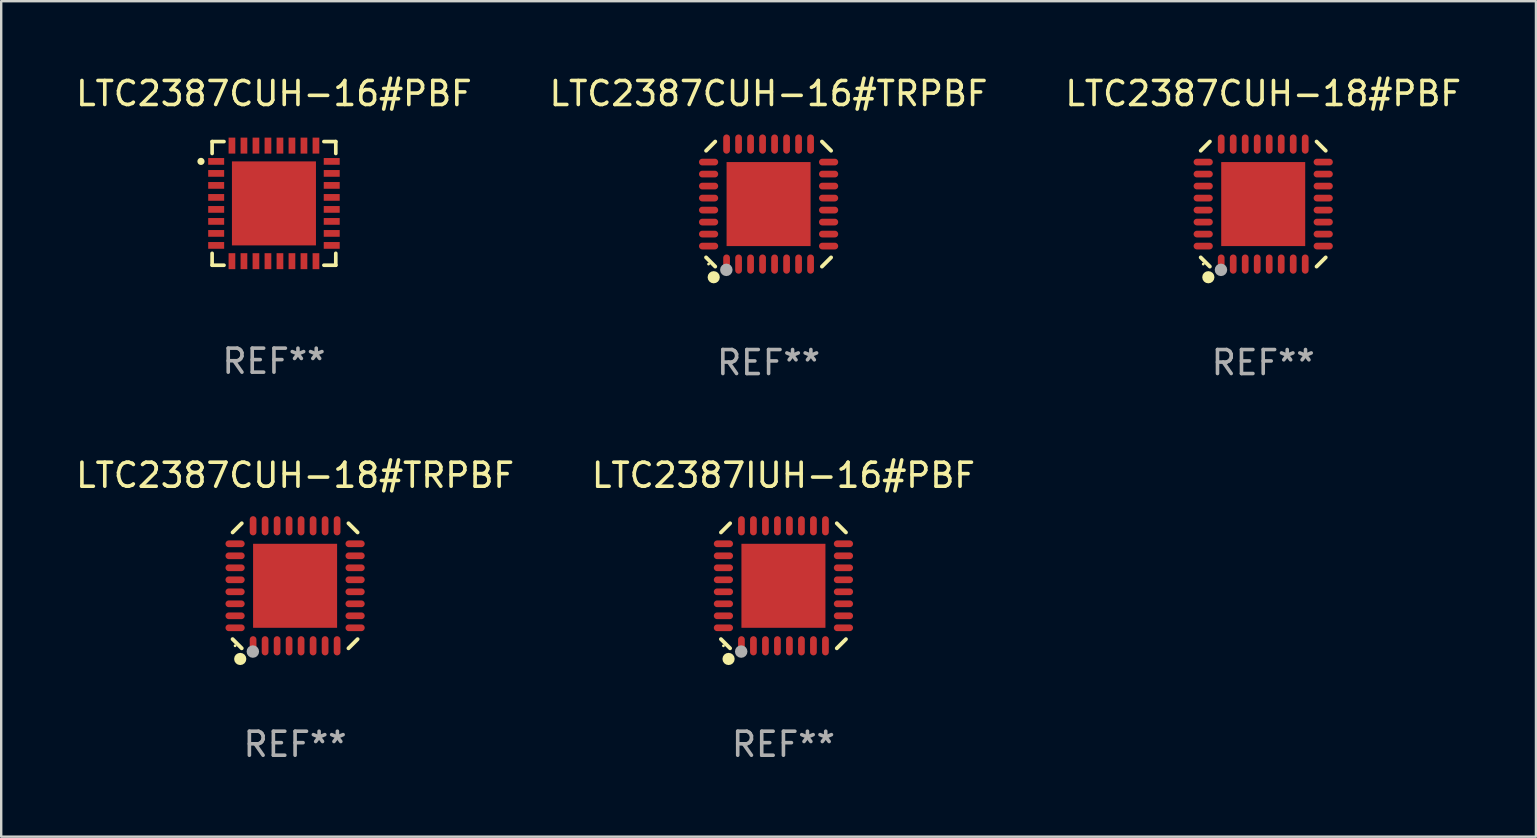
<source format=kicad_pcb>
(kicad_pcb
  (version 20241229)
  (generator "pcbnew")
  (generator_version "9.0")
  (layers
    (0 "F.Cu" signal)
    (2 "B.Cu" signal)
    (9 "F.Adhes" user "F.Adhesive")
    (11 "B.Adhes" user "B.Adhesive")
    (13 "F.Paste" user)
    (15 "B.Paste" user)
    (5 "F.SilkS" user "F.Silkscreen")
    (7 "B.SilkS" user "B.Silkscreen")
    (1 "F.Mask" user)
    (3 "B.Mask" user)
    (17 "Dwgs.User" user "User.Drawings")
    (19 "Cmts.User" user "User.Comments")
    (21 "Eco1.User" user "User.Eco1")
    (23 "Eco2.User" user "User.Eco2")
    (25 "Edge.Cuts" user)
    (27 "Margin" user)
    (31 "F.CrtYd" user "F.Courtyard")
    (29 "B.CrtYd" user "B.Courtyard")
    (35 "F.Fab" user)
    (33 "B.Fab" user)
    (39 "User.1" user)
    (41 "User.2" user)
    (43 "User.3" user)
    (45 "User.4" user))
  (footprint "LTC2387IUH-16#PBF"
    (layer "F.Cu")
    (at 29.589 21.355)
    (property "Reference" "LTC2387IUH-16#PBF" (at 0 -4.604 0) (layer "F.SilkS") (effects (font (size 1 1) (thickness 0.15))))
    (attr through_hole)
    (fp_line (start -2.223 2.603) (end -2.604 2.222) (stroke (width 0.16) (type solid)) (layer "F.SilkS"))
    (fp_line (start -2.222 -2.604) (end -2.603 -2.223) (stroke (width 0.16) (type solid)) (layer "F.SilkS"))
    (fp_line (start 2.223 -2.604) (end 2.604 -2.223) (stroke (width 0.16) (type solid)) (layer "F.SilkS"))
    (fp_line (start 2.604 2.223) (end 2.223 2.604) (stroke (width 0.16) (type solid)) (layer "F.SilkS"))
    (fp_circle (center -2.5 2.5) (end -2.47 2.5) (stroke (width 0.06) (type solid)) (fill no) (layer "F.SilkS"))
    (fp_circle (center -2.286 3.048) (end -2.159 3.048) (stroke (width 0.254) (type solid)) (fill no) (layer "F.SilkS"))
    (fp_circle (center -1.76 2.74) (end -1.63 2.74) (stroke (width 0.26) (type solid)) (fill no) (layer "F.Fab"))
    (fp_text user "REF**" (at 0 6.604 0) (layer "F.Fab") (effects (font (size 1 1) (thickness 0.15))))
    (pad "1" smd oval (at -1.75 2.5) (size 0.28 0.8) (layers "F.Cu" "F.Mask" "F.Paste"))
    (pad "2" smd oval (at -1.25 2.5) (size 0.28 0.8) (layers "F.Cu" "F.Mask" "F.Paste"))
    (pad "3" smd oval (at -0.75 2.5) (size 0.28 0.8) (layers "F.Cu" "F.Mask" "F.Paste"))
    (pad "4" smd oval (at -0.25 2.5) (size 0.28 0.8) (layers "F.Cu" "F.Mask" "F.Paste"))
    (pad "5" smd oval (at 0.25 2.5) (size 0.28 0.8) (layers "F.Cu" "F.Mask" "F.Paste"))
    (pad "6" smd oval (at 0.75 2.5) (size 0.28 0.8) (layers "F.Cu" "F.Mask" "F.Paste"))
    (pad "7" smd oval (at 1.25 2.5) (size 0.28 0.8) (layers "F.Cu" "F.Mask" "F.Paste"))
    (pad "8" smd oval (at 1.75 2.5) (size 0.28 0.8) (layers "F.Cu" "F.Mask" "F.Paste"))
    (pad "9" smd oval (at 2.5 1.75) (size 0.8 0.28) (layers "F.Cu" "F.Mask" "F.Paste"))
    (pad "10" smd oval (at 2.5 1.25) (size 0.8 0.28) (layers "F.Cu" "F.Mask" "F.Paste"))
    (pad "11" smd oval (at 2.5 0.75) (size 0.8 0.28) (layers "F.Cu" "F.Mask" "F.Paste"))
    (pad "12" smd oval (at 2.5 0.25) (size 0.8 0.28) (layers "F.Cu" "F.Mask" "F.Paste"))
    (pad "13" smd oval (at 2.5 -0.25) (size 0.8 0.28) (layers "F.Cu" "F.Mask" "F.Paste"))
    (pad "14" smd oval (at 2.5 -0.75) (size 0.8 0.28) (layers "F.Cu" "F.Mask" "F.Paste"))
    (pad "15" smd oval (at 2.5 -1.25) (size 0.8 0.28) (layers "F.Cu" "F.Mask" "F.Paste"))
    (pad "16" smd oval (at 2.5 -1.75) (size 0.8 0.28) (layers "F.Cu" "F.Mask" "F.Paste"))
    (pad "17" smd oval (at 1.75 -2.5) (size 0.28 0.8) (layers "F.Cu" "F.Mask" "F.Paste"))
    (pad "18" smd oval (at 1.25 -2.5) (size 0.28 0.8) (layers "F.Cu" "F.Mask" "F.Paste"))
    (pad "19" smd oval (at 0.75 -2.5) (size 0.28 0.8) (layers "F.Cu" "F.Mask" "F.Paste"))
    (pad "20" smd oval (at 0.25 -2.5) (size 0.28 0.8) (layers "F.Cu" "F.Mask" "F.Paste"))
    (pad "21" smd oval (at -0.25 -2.5) (size 0.28 0.8) (layers "F.Cu" "F.Mask" "F.Paste"))
    (pad "22" smd oval (at -0.75 -2.5) (size 0.28 0.8) (layers "F.Cu" "F.Mask" "F.Paste"))
    (pad "23" smd oval (at -1.25 -2.5) (size 0.28 0.8) (layers "F.Cu" "F.Mask" "F.Paste"))
    (pad "24" smd oval (at -1.75 -2.5) (size 0.28 0.8) (layers "F.Cu" "F.Mask" "F.Paste"))
    (pad "25" smd oval (at -2.5 -1.75) (size 0.8 0.28) (layers "F.Cu" "F.Mask" "F.Paste"))
    (pad "26" smd oval (at -2.5 -1.25) (size 0.8 0.28) (layers "F.Cu" "F.Mask" "F.Paste"))
    (pad "27" smd oval (at -2.5 -0.75) (size 0.8 0.28) (layers "F.Cu" "F.Mask" "F.Paste"))
    (pad "28" smd oval (at -2.5 -0.25) (size 0.8 0.28) (layers "F.Cu" "F.Mask" "F.Paste"))
    (pad "29" smd oval (at -2.5 0.25) (size 0.8 0.28) (layers "F.Cu" "F.Mask" "F.Paste"))
    (pad "30" smd oval (at -2.5 0.75) (size 0.8 0.28) (layers "F.Cu" "F.Mask" "F.Paste"))
    (pad "31" smd oval (at -2.5 1.25) (size 0.8 0.28) (layers "F.Cu" "F.Mask" "F.Paste"))
    (pad "32" smd oval (at -2.5 1.75) (size 0.8 0.28) (layers "F.Cu" "F.Mask" "F.Paste"))
    (pad "33" smd rect (at 0.000038 -0.000025) (size 3.5 3.5) (layers "F.Cu" "F.Mask" "F.Paste")))
  (footprint "LTC2387CUH-18#PBF"
    (layer "F.Cu")
    (at 49.577 5.452)
    (property "Reference" "LTC2387CUH-18#PBF" (at 0 -4.604 0) (layer "F.SilkS") (effects (font (size 1 1) (thickness 0.15))))
    (attr through_hole)
    (fp_line (start -2.223 2.603) (end -2.604 2.222) (stroke (width 0.16) (type solid)) (layer "F.SilkS"))
    (fp_line (start -2.222 -2.604) (end -2.603 -2.223) (stroke (width 0.16) (type solid)) (layer "F.SilkS"))
    (fp_line (start 2.223 -2.604) (end 2.604 -2.223) (stroke (width 0.16) (type solid)) (layer "F.SilkS"))
    (fp_line (start 2.604 2.223) (end 2.223 2.604) (stroke (width 0.16) (type solid)) (layer "F.SilkS"))
    (fp_circle (center -2.5 2.5) (end -2.47 2.5) (stroke (width 0.06) (type solid)) (fill no) (layer "F.SilkS"))
    (fp_circle (center -2.286 3.048) (end -2.159 3.048) (stroke (width 0.254) (type solid)) (fill no) (layer "F.SilkS"))
    (fp_circle (center -1.76 2.74) (end -1.63 2.74) (stroke (width 0.26) (type solid)) (fill no) (layer "F.Fab"))
    (fp_text user "REF**" (at 0 6.604 0) (layer "F.Fab") (effects (font (size 1 1) (thickness 0.15))))
    (pad "1" smd oval (at -1.75 2.5) (size 0.28 0.8) (layers "F.Cu" "F.Mask" "F.Paste"))
    (pad "2" smd oval (at -1.25 2.5) (size 0.28 0.8) (layers "F.Cu" "F.Mask" "F.Paste"))
    (pad "3" smd oval (at -0.75 2.5) (size 0.28 0.8) (layers "F.Cu" "F.Mask" "F.Paste"))
    (pad "4" smd oval (at -0.25 2.5) (size 0.28 0.8) (layers "F.Cu" "F.Mask" "F.Paste"))
    (pad "5" smd oval (at 0.25 2.5) (size 0.28 0.8) (layers "F.Cu" "F.Mask" "F.Paste"))
    (pad "6" smd oval (at 0.75 2.5) (size 0.28 0.8) (layers "F.Cu" "F.Mask" "F.Paste"))
    (pad "7" smd oval (at 1.25 2.5) (size 0.28 0.8) (layers "F.Cu" "F.Mask" "F.Paste"))
    (pad "8" smd oval (at 1.75 2.5) (size 0.28 0.8) (layers "F.Cu" "F.Mask" "F.Paste"))
    (pad "9" smd oval (at 2.5 1.75) (size 0.8 0.28) (layers "F.Cu" "F.Mask" "F.Paste"))
    (pad "10" smd oval (at 2.5 1.25) (size 0.8 0.28) (layers "F.Cu" "F.Mask" "F.Paste"))
    (pad "11" smd oval (at 2.5 0.75) (size 0.8 0.28) (layers "F.Cu" "F.Mask" "F.Paste"))
    (pad "12" smd oval (at 2.5 0.25) (size 0.8 0.28) (layers "F.Cu" "F.Mask" "F.Paste"))
    (pad "13" smd oval (at 2.5 -0.25) (size 0.8 0.28) (layers "F.Cu" "F.Mask" "F.Paste"))
    (pad "14" smd oval (at 2.5 -0.75) (size 0.8 0.28) (layers "F.Cu" "F.Mask" "F.Paste"))
    (pad "15" smd oval (at 2.5 -1.25) (size 0.8 0.28) (layers "F.Cu" "F.Mask" "F.Paste"))
    (pad "16" smd oval (at 2.5 -1.75) (size 0.8 0.28) (layers "F.Cu" "F.Mask" "F.Paste"))
    (pad "17" smd oval (at 1.75 -2.5) (size 0.28 0.8) (layers "F.Cu" "F.Mask" "F.Paste"))
    (pad "18" smd oval (at 1.25 -2.5) (size 0.28 0.8) (layers "F.Cu" "F.Mask" "F.Paste"))
    (pad "19" smd oval (at 0.75 -2.5) (size 0.28 0.8) (layers "F.Cu" "F.Mask" "F.Paste"))
    (pad "20" smd oval (at 0.25 -2.5) (size 0.28 0.8) (layers "F.Cu" "F.Mask" "F.Paste"))
    (pad "21" smd oval (at -0.25 -2.5) (size 0.28 0.8) (layers "F.Cu" "F.Mask" "F.Paste"))
    (pad "22" smd oval (at -0.75 -2.5) (size 0.28 0.8) (layers "F.Cu" "F.Mask" "F.Paste"))
    (pad "23" smd oval (at -1.25 -2.5) (size 0.28 0.8) (layers "F.Cu" "F.Mask" "F.Paste"))
    (pad "24" smd oval (at -1.75 -2.5) (size 0.28 0.8) (layers "F.Cu" "F.Mask" "F.Paste"))
    (pad "25" smd oval (at -2.5 -1.75) (size 0.8 0.28) (layers "F.Cu" "F.Mask" "F.Paste"))
    (pad "26" smd oval (at -2.5 -1.25) (size 0.8 0.28) (layers "F.Cu" "F.Mask" "F.Paste"))
    (pad "27" smd oval (at -2.5 -0.75) (size 0.8 0.28) (layers "F.Cu" "F.Mask" "F.Paste"))
    (pad "28" smd oval (at -2.5 -0.25) (size 0.8 0.28) (layers "F.Cu" "F.Mask" "F.Paste"))
    (pad "29" smd oval (at -2.5 0.25) (size 0.8 0.28) (layers "F.Cu" "F.Mask" "F.Paste"))
    (pad "30" smd oval (at -2.5 0.75) (size 0.8 0.28) (layers "F.Cu" "F.Mask" "F.Paste"))
    (pad "31" smd oval (at -2.5 1.25) (size 0.8 0.28) (layers "F.Cu" "F.Mask" "F.Paste"))
    (pad "32" smd oval (at -2.5 1.75) (size 0.8 0.28) (layers "F.Cu" "F.Mask" "F.Paste"))
    (pad "33" smd rect (at 0.000038 -0.000025) (size 3.5 3.5) (layers "F.Cu" "F.Mask" "F.Paste")))
  (footprint "LTC2387CUH-18#TRPBF"
    (layer "F.Cu")
    (at 9.244 21.355)
    (property "Reference" "LTC2387CUH-18#TRPBF" (at 0 -4.604 0) (layer "F.SilkS") (effects (font (size 1 1) (thickness 0.15))))
    (attr through_hole)
    (fp_line (start -2.223 2.603) (end -2.604 2.222) (stroke (width 0.16) (type solid)) (layer "F.SilkS"))
    (fp_line (start -2.222 -2.604) (end -2.603 -2.223) (stroke (width 0.16) (type solid)) (layer "F.SilkS"))
    (fp_line (start 2.223 -2.604) (end 2.604 -2.223) (stroke (width 0.16) (type solid)) (layer "F.SilkS"))
    (fp_line (start 2.604 2.223) (end 2.223 2.604) (stroke (width 0.16) (type solid)) (layer "F.SilkS"))
    (fp_circle (center -2.5 2.5) (end -2.47 2.5) (stroke (width 0.06) (type solid)) (fill no) (layer "F.SilkS"))
    (fp_circle (center -2.286 3.048) (end -2.159 3.048) (stroke (width 0.254) (type solid)) (fill no) (layer "F.SilkS"))
    (fp_circle (center -1.76 2.74) (end -1.63 2.74) (stroke (width 0.26) (type solid)) (fill no) (layer "F.Fab"))
    (fp_text user "REF**" (at 0 6.604 0) (layer "F.Fab") (effects (font (size 1 1) (thickness 0.15))))
    (pad "1" smd oval (at -1.75 2.5) (size 0.28 0.8) (layers "F.Cu" "F.Mask" "F.Paste"))
    (pad "2" smd oval (at -1.25 2.5) (size 0.28 0.8) (layers "F.Cu" "F.Mask" "F.Paste"))
    (pad "3" smd oval (at -0.75 2.5) (size 0.28 0.8) (layers "F.Cu" "F.Mask" "F.Paste"))
    (pad "4" smd oval (at -0.25 2.5) (size 0.28 0.8) (layers "F.Cu" "F.Mask" "F.Paste"))
    (pad "5" smd oval (at 0.25 2.5) (size 0.28 0.8) (layers "F.Cu" "F.Mask" "F.Paste"))
    (pad "6" smd oval (at 0.75 2.5) (size 0.28 0.8) (layers "F.Cu" "F.Mask" "F.Paste"))
    (pad "7" smd oval (at 1.25 2.5) (size 0.28 0.8) (layers "F.Cu" "F.Mask" "F.Paste"))
    (pad "8" smd oval (at 1.75 2.5) (size 0.28 0.8) (layers "F.Cu" "F.Mask" "F.Paste"))
    (pad "9" smd oval (at 2.5 1.75) (size 0.8 0.28) (layers "F.Cu" "F.Mask" "F.Paste"))
    (pad "10" smd oval (at 2.5 1.25) (size 0.8 0.28) (layers "F.Cu" "F.Mask" "F.Paste"))
    (pad "11" smd oval (at 2.5 0.75) (size 0.8 0.28) (layers "F.Cu" "F.Mask" "F.Paste"))
    (pad "12" smd oval (at 2.5 0.25) (size 0.8 0.28) (layers "F.Cu" "F.Mask" "F.Paste"))
    (pad "13" smd oval (at 2.5 -0.25) (size 0.8 0.28) (layers "F.Cu" "F.Mask" "F.Paste"))
    (pad "14" smd oval (at 2.5 -0.75) (size 0.8 0.28) (layers "F.Cu" "F.Mask" "F.Paste"))
    (pad "15" smd oval (at 2.5 -1.25) (size 0.8 0.28) (layers "F.Cu" "F.Mask" "F.Paste"))
    (pad "16" smd oval (at 2.5 -1.75) (size 0.8 0.28) (layers "F.Cu" "F.Mask" "F.Paste"))
    (pad "17" smd oval (at 1.75 -2.5) (size 0.28 0.8) (layers "F.Cu" "F.Mask" "F.Paste"))
    (pad "18" smd oval (at 1.25 -2.5) (size 0.28 0.8) (layers "F.Cu" "F.Mask" "F.Paste"))
    (pad "19" smd oval (at 0.75 -2.5) (size 0.28 0.8) (layers "F.Cu" "F.Mask" "F.Paste"))
    (pad "20" smd oval (at 0.25 -2.5) (size 0.28 0.8) (layers "F.Cu" "F.Mask" "F.Paste"))
    (pad "21" smd oval (at -0.25 -2.5) (size 0.28 0.8) (layers "F.Cu" "F.Mask" "F.Paste"))
    (pad "22" smd oval (at -0.75 -2.5) (size 0.28 0.8) (layers "F.Cu" "F.Mask" "F.Paste"))
    (pad "23" smd oval (at -1.25 -2.5) (size 0.28 0.8) (layers "F.Cu" "F.Mask" "F.Paste"))
    (pad "24" smd oval (at -1.75 -2.5) (size 0.28 0.8) (layers "F.Cu" "F.Mask" "F.Paste"))
    (pad "25" smd oval (at -2.5 -1.75) (size 0.8 0.28) (layers "F.Cu" "F.Mask" "F.Paste"))
    (pad "26" smd oval (at -2.5 -1.25) (size 0.8 0.28) (layers "F.Cu" "F.Mask" "F.Paste"))
    (pad "27" smd oval (at -2.5 -0.75) (size 0.8 0.28) (layers "F.Cu" "F.Mask" "F.Paste"))
    (pad "28" smd oval (at -2.5 -0.25) (size 0.8 0.28) (layers "F.Cu" "F.Mask" "F.Paste"))
    (pad "29" smd oval (at -2.5 0.25) (size 0.8 0.28) (layers "F.Cu" "F.Mask" "F.Paste"))
    (pad "30" smd oval (at -2.5 0.75) (size 0.8 0.28) (layers "F.Cu" "F.Mask" "F.Paste"))
    (pad "31" smd oval (at -2.5 1.25) (size 0.8 0.28) (layers "F.Cu" "F.Mask" "F.Paste"))
    (pad "32" smd oval (at -2.5 1.75) (size 0.8 0.28) (layers "F.Cu" "F.Mask" "F.Paste"))
    (pad "33" smd rect (at 0.000038 -0.000025) (size 3.5 3.5) (layers "F.Cu" "F.Mask" "F.Paste")))
  (footprint "LTC2387CUH-16#TRPBF"
    (layer "F.Cu")
    (at 28.97 5.452)
    (property "Reference" "LTC2387CUH-16#TRPBF" (at 0 -4.604 0) (layer "F.SilkS") (effects (font (size 1 1) (thickness 0.15))))
    (attr through_hole)
    (fp_line (start -2.223 2.603) (end -2.604 2.222) (stroke (width 0.16) (type solid)) (layer "F.SilkS"))
    (fp_line (start -2.222 -2.604) (end -2.603 -2.223) (stroke (width 0.16) (type solid)) (layer "F.SilkS"))
    (fp_line (start 2.223 -2.604) (end 2.604 -2.223) (stroke (width 0.16) (type solid)) (layer "F.SilkS"))
    (fp_line (start 2.604 2.223) (end 2.223 2.604) (stroke (width 0.16) (type solid)) (layer "F.SilkS"))
    (fp_circle (center -2.5 2.5) (end -2.47 2.5) (stroke (width 0.06) (type solid)) (fill no) (layer "F.SilkS"))
    (fp_circle (center -2.286 3.048) (end -2.159 3.048) (stroke (width 0.254) (type solid)) (fill no) (layer "F.SilkS"))
    (fp_circle (center -1.76 2.74) (end -1.63 2.74) (stroke (width 0.26) (type solid)) (fill no) (layer "F.Fab"))
    (fp_text user "REF**" (at 0 6.604 0) (layer "F.Fab") (effects (font (size 1 1) (thickness 0.15))))
    (pad "1" smd oval (at -1.75 2.5) (size 0.28 0.8) (layers "F.Cu" "F.Mask" "F.Paste"))
    (pad "2" smd oval (at -1.25 2.5) (size 0.28 0.8) (layers "F.Cu" "F.Mask" "F.Paste"))
    (pad "3" smd oval (at -0.75 2.5) (size 0.28 0.8) (layers "F.Cu" "F.Mask" "F.Paste"))
    (pad "4" smd oval (at -0.25 2.5) (size 0.28 0.8) (layers "F.Cu" "F.Mask" "F.Paste"))
    (pad "5" smd oval (at 0.25 2.5) (size 0.28 0.8) (layers "F.Cu" "F.Mask" "F.Paste"))
    (pad "6" smd oval (at 0.75 2.5) (size 0.28 0.8) (layers "F.Cu" "F.Mask" "F.Paste"))
    (pad "7" smd oval (at 1.25 2.5) (size 0.28 0.8) (layers "F.Cu" "F.Mask" "F.Paste"))
    (pad "8" smd oval (at 1.75 2.5) (size 0.28 0.8) (layers "F.Cu" "F.Mask" "F.Paste"))
    (pad "9" smd oval (at 2.5 1.75) (size 0.8 0.28) (layers "F.Cu" "F.Mask" "F.Paste"))
    (pad "10" smd oval (at 2.5 1.25) (size 0.8 0.28) (layers "F.Cu" "F.Mask" "F.Paste"))
    (pad "11" smd oval (at 2.5 0.75) (size 0.8 0.28) (layers "F.Cu" "F.Mask" "F.Paste"))
    (pad "12" smd oval (at 2.5 0.25) (size 0.8 0.28) (layers "F.Cu" "F.Mask" "F.Paste"))
    (pad "13" smd oval (at 2.5 -0.25) (size 0.8 0.28) (layers "F.Cu" "F.Mask" "F.Paste"))
    (pad "14" smd oval (at 2.5 -0.75) (size 0.8 0.28) (layers "F.Cu" "F.Mask" "F.Paste"))
    (pad "15" smd oval (at 2.5 -1.25) (size 0.8 0.28) (layers "F.Cu" "F.Mask" "F.Paste"))
    (pad "16" smd oval (at 2.5 -1.75) (size 0.8 0.28) (layers "F.Cu" "F.Mask" "F.Paste"))
    (pad "17" smd oval (at 1.75 -2.5) (size 0.28 0.8) (layers "F.Cu" "F.Mask" "F.Paste"))
    (pad "18" smd oval (at 1.25 -2.5) (size 0.28 0.8) (layers "F.Cu" "F.Mask" "F.Paste"))
    (pad "19" smd oval (at 0.75 -2.5) (size 0.28 0.8) (layers "F.Cu" "F.Mask" "F.Paste"))
    (pad "20" smd oval (at 0.25 -2.5) (size 0.28 0.8) (layers "F.Cu" "F.Mask" "F.Paste"))
    (pad "21" smd oval (at -0.25 -2.5) (size 0.28 0.8) (layers "F.Cu" "F.Mask" "F.Paste"))
    (pad "22" smd oval (at -0.75 -2.5) (size 0.28 0.8) (layers "F.Cu" "F.Mask" "F.Paste"))
    (pad "23" smd oval (at -1.25 -2.5) (size 0.28 0.8) (layers "F.Cu" "F.Mask" "F.Paste"))
    (pad "24" smd oval (at -1.75 -2.5) (size 0.28 0.8) (layers "F.Cu" "F.Mask" "F.Paste"))
    (pad "25" smd oval (at -2.5 -1.75) (size 0.8 0.28) (layers "F.Cu" "F.Mask" "F.Paste"))
    (pad "26" smd oval (at -2.5 -1.25) (size 0.8 0.28) (layers "F.Cu" "F.Mask" "F.Paste"))
    (pad "27" smd oval (at -2.5 -0.75) (size 0.8 0.28) (layers "F.Cu" "F.Mask" "F.Paste"))
    (pad "28" smd oval (at -2.5 -0.25) (size 0.8 0.28) (layers "F.Cu" "F.Mask" "F.Paste"))
    (pad "29" smd oval (at -2.5 0.25) (size 0.8 0.28) (layers "F.Cu" "F.Mask" "F.Paste"))
    (pad "30" smd oval (at -2.5 0.75) (size 0.8 0.28) (layers "F.Cu" "F.Mask" "F.Paste"))
    (pad "31" smd oval (at -2.5 1.25) (size 0.8 0.28) (layers "F.Cu" "F.Mask" "F.Paste"))
    (pad "32" smd oval (at -2.5 1.75) (size 0.8 0.28) (layers "F.Cu" "F.Mask" "F.Paste"))
    (pad "33" smd rect (at 0.000038 -0.000025) (size 3.5 3.5) (layers "F.Cu" "F.Mask" "F.Paste")))
  (footprint "LTC2387CUH-16#PBF"
    (layer "F.Cu")
    (at 8.363 5.424)
    (property "Reference" "LTC2387CUH-16#PBF" (at 0 -4.576 0) (layer "F.SilkS") (effects (font (size 1 1) (thickness 0.15))))
    (attr through_hole)
    (fp_line (start -2.576 -2.576) (end -2.576 -2.08) (stroke (width 0.152) (type solid)) (layer "F.SilkS"))
    (fp_line (start -2.576 2.576) (end -2.576 2.08) (stroke (width 0.152) (type solid)) (layer "F.SilkS"))
    (fp_line (start -2.08 -2.576) (end -2.576 -2.576) (stroke (width 0.152) (type solid)) (layer "F.SilkS"))
    (fp_line (start -2.08 2.576) (end -2.576 2.576) (stroke (width 0.152) (type solid)) (layer "F.SilkS"))
    (fp_line (start 2.08 -2.576) (end 2.576 -2.576) (stroke (width 0.152) (type solid)) (layer "F.SilkS"))
    (fp_line (start 2.08 2.576) (end 2.576 2.576) (stroke (width 0.152) (type solid)) (layer "F.SilkS"))
    (fp_line (start 2.576 -2.576) (end 2.576 -2.08) (stroke (width 0.152) (type solid)) (layer "F.SilkS"))
    (fp_line (start 2.576 2.576) (end 2.576 2.08) (stroke (width 0.152) (type solid)) (layer "F.SilkS"))
    (fp_circle (center -3.04 -1.75) (end -2.965 -1.75) (stroke (width 0.15) (type solid)) (fill no) (layer "F.SilkS"))
    (fp_text user "REF**" (at 0 6.576 0) (layer "F.Fab") (effects (font (size 1 1) (thickness 0.15))))
    (pad "1" smd rect (at -2.407 -1.75) (size 0.665 0.28) (layers "F.Cu" "F.Mask" "F.Paste"))
    (pad "2" smd rect (at -2.407 -1.25) (size 0.665 0.28) (layers "F.Cu" "F.Mask" "F.Paste"))
    (pad "3" smd rect (at -2.407 -0.75) (size 0.665 0.28) (layers "F.Cu" "F.Mask" "F.Paste"))
    (pad "4" smd rect (at -2.407 -0.25) (size 0.665 0.28) (layers "F.Cu" "F.Mask" "F.Paste"))
    (pad "5" smd rect (at -2.407 0.25) (size 0.665 0.28) (layers "F.Cu" "F.Mask" "F.Paste"))
    (pad "6" smd rect (at -2.407 0.75) (size 0.665 0.28) (layers "F.Cu" "F.Mask" "F.Paste"))
    (pad "7" smd rect (at -2.407 1.25) (size 0.665 0.28) (layers "F.Cu" "F.Mask" "F.Paste"))
    (pad "8" smd rect (at -2.407 1.75) (size 0.665 0.28) (layers "F.Cu" "F.Mask" "F.Paste"))
    (pad "9" smd rect (at -1.75 2.407) (size 0.28 0.665) (layers "F.Cu" "F.Mask" "F.Paste"))
    (pad "10" smd rect (at -1.25 2.407) (size 0.28 0.665) (layers "F.Cu" "F.Mask" "F.Paste"))
    (pad "11" smd rect (at -0.75 2.407) (size 0.28 0.665) (layers "F.Cu" "F.Mask" "F.Paste"))
    (pad "12" smd rect (at -0.25 2.407) (size 0.28 0.665) (layers "F.Cu" "F.Mask" "F.Paste"))
    (pad "13" smd rect (at 0.25 2.407) (size 0.28 0.665) (layers "F.Cu" "F.Mask" "F.Paste"))
    (pad "14" smd rect (at 0.75 2.407) (size 0.28 0.665) (layers "F.Cu" "F.Mask" "F.Paste"))
    (pad "15" smd rect (at 1.25 2.407) (size 0.28 0.665) (layers "F.Cu" "F.Mask" "F.Paste"))
    (pad "16" smd rect (at 1.75 2.407) (size 0.28 0.665) (layers "F.Cu" "F.Mask" "F.Paste"))
    (pad "17" smd rect (at 2.407 1.75) (size 0.665 0.28) (layers "F.Cu" "F.Mask" "F.Paste"))
    (pad "18" smd rect (at 2.407 1.25) (size 0.665 0.28) (layers "F.Cu" "F.Mask" "F.Paste"))
    (pad "19" smd rect (at 2.407 0.75) (size 0.665 0.28) (layers "F.Cu" "F.Mask" "F.Paste"))
    (pad "20" smd rect (at 2.407 0.25) (size 0.665 0.28) (layers "F.Cu" "F.Mask" "F.Paste"))
    (pad "21" smd rect (at 2.407 -0.25) (size 0.665 0.28) (layers "F.Cu" "F.Mask" "F.Paste"))
    (pad "22" smd rect (at 2.407 -0.75) (size 0.665 0.28) (layers "F.Cu" "F.Mask" "F.Paste"))
    (pad "23" smd rect (at 2.407 -1.25) (size 0.665 0.28) (layers "F.Cu" "F.Mask" "F.Paste"))
    (pad "24" smd rect (at 2.407 -1.75) (size 0.665 0.28) (layers "F.Cu" "F.Mask" "F.Paste"))
    (pad "25" smd rect (at 1.75 -2.408) (size 0.28 0.665) (layers "F.Cu" "F.Mask" "F.Paste"))
    (pad "26" smd rect (at 1.25 -2.408) (size 0.28 0.665) (layers "F.Cu" "F.Mask" "F.Paste"))
    (pad "27" smd rect (at 0.75 -2.408) (size 0.28 0.665) (layers "F.Cu" "F.Mask" "F.Paste"))
    (pad "28" smd rect (at 0.25 -2.408) (size 0.28 0.665) (layers "F.Cu" "F.Mask" "F.Paste"))
    (pad "29" smd rect (at -0.25 -2.408) (size 0.28 0.665) (layers "F.Cu" "F.Mask" "F.Paste"))
    (pad "30" smd rect (at -0.75 -2.408) (size 0.28 0.665) (layers "F.Cu" "F.Mask" "F.Paste"))
    (pad "31" smd rect (at -1.25 -2.408) (size 0.28 0.665) (layers "F.Cu" "F.Mask" "F.Paste"))
    (pad "32" smd rect (at -1.75 -2.408) (size 0.28 0.665) (layers "F.Cu" "F.Mask" "F.Paste"))
    (pad "33" smd rect (at -0.000076 -0.000102) (size 3.5 3.5) (layers "F.Cu" "F.Mask" "F.Paste")))
  (gr_rect
    (start -3 -3)
    (end 60.94 31.807)
    (stroke (width 0.1) (type default))
    (fill no)
    (layer "Edge.Cuts")))
</source>
